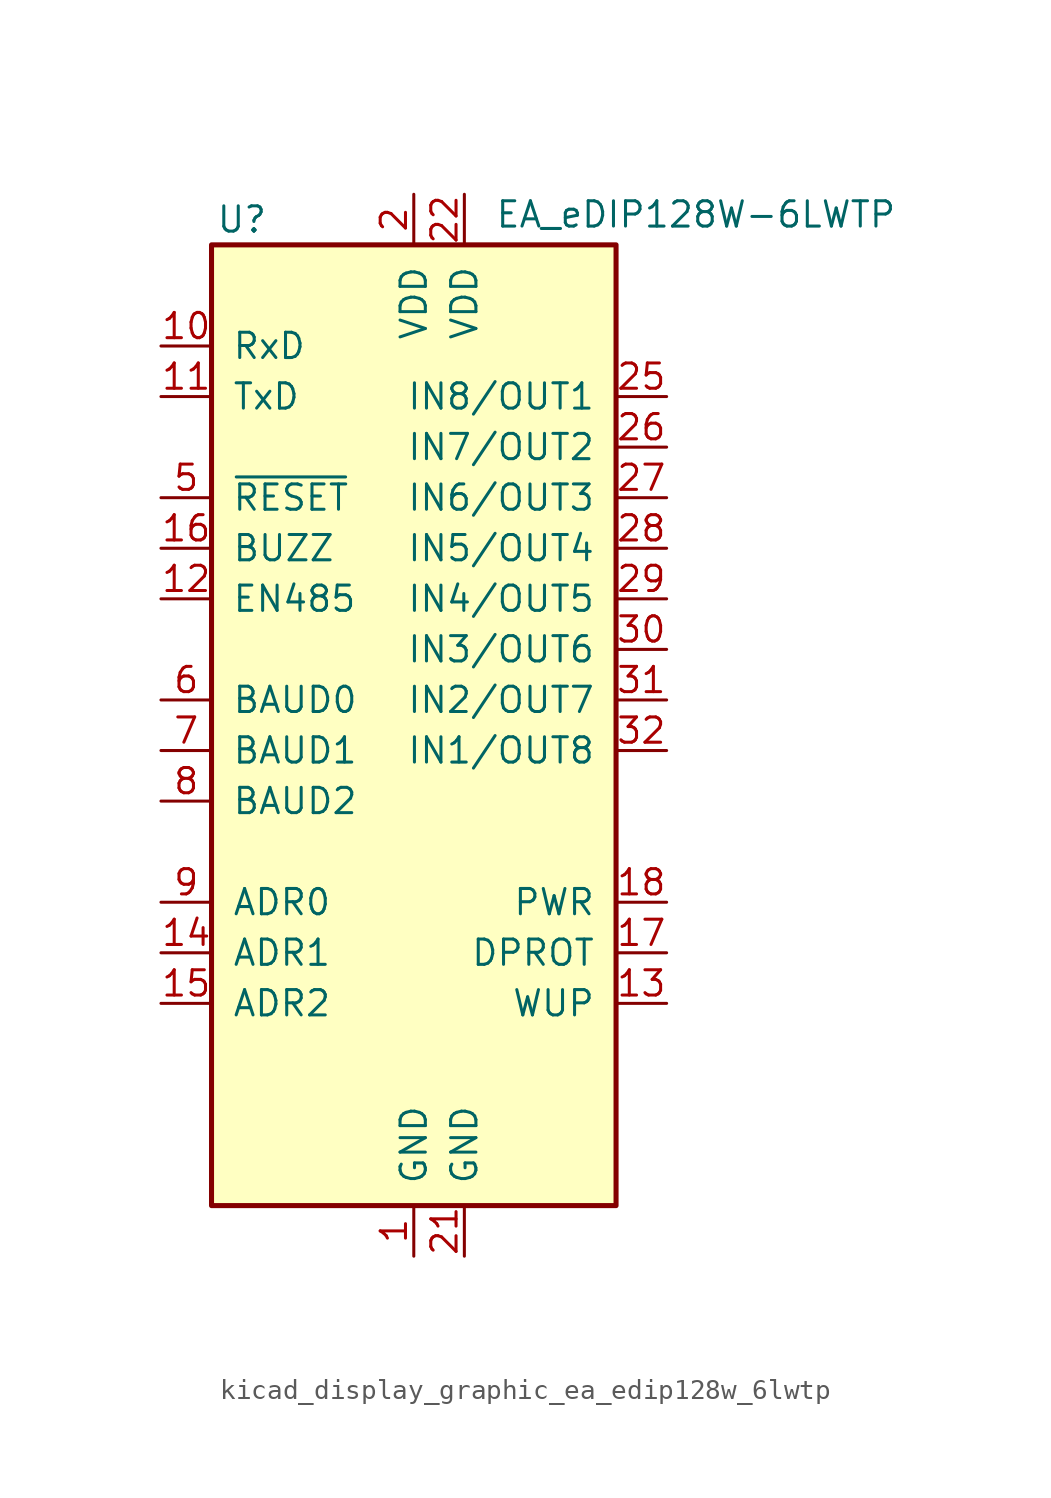
<source format=kicad_sym>
(kicad_symbol_lib
  (version 20220914)
  (generator kicad_symbol_editor)
  (symbol "kicad_display_graphic_ea_edip128w_6lwtp"
    (pin_names
      (offset 1.016))
    (property "Reference" "U"
      (at -8.636 24.13 0)
      (effects (font (size 1.27 1.27))))
    (property "Value" "EA_eDIP128W-6LWTP"
      (at 4.064 24.384 0)
      (effects (font (size 1.27 1.27)) (justify left)))
    (symbol "kicad_display_graphic_ea_edip128w_6lwtp_0_1"
      (rectangle (start -10.16 22.86) (end 10.16 -25.4) (stroke (width 0.254) (type default)) (fill (type background))))
    (symbol "kicad_display_graphic_ea_edip128w_6lwtp_1_1"
      (pin power_in line (at 0 -27.94 90) (length 2.54) (name "GND" (effects (font (size 1.27 1.27)))) (number "1" (effects (font (size 1.27 1.27)))))
      (pin input line (at -12.7 17.78 0) (length 2.54) (name "RxD" (effects (font (size 1.27 1.27)))) (number "10" (effects (font (size 1.27 1.27)))))
      (pin output line (at -12.7 15.24 0) (length 2.54) (name "TxD" (effects (font (size 1.27 1.27)))) (number "11" (effects (font (size 1.27 1.27)))))
      (pin output line (at -12.7 5.08 0) (length 2.54) (name "EN485" (effects (font (size 1.27 1.27)))) (number "12" (effects (font (size 1.27 1.27)))))
      (pin input line (at 12.7 -15.24 180) (length 2.54) (name "WUP" (effects (font (size 1.27 1.27)))) (number "13" (effects (font (size 1.27 1.27)))))
      (pin input line (at -12.7 -12.7 0) (length 2.54) (name "ADR1" (effects (font (size 1.27 1.27)))) (number "14" (effects (font (size 1.27 1.27)))))
      (pin input line (at -12.7 -15.24 0) (length 2.54) (name "ADR2" (effects (font (size 1.27 1.27)))) (number "15" (effects (font (size 1.27 1.27)))))
      (pin output line (at -12.7 7.62 0) (length 2.54) (name "BUZZ" (effects (font (size 1.27 1.27)))) (number "16" (effects (font (size 1.27 1.27)))))
      (pin input line (at 12.7 -12.7 180) (length 2.54) (name "DPROT" (effects (font (size 1.27 1.27)))) (number "17" (effects (font (size 1.27 1.27)))))
      (pin output line (at 12.7 -10.16 180) (length 2.54) (name "PWR" (effects (font (size 1.27 1.27)))) (number "18" (effects (font (size 1.27 1.27)))))
      (pin no_connect line (at -10.16 -22.86 0) (length 2.54) hide (name "NC" (effects (font (size 1.27 1.27)))) (number "19" (effects (font (size 1.27 1.27)))))
      (pin power_in line (at 0 25.4 270) (length 2.54) (name "VDD" (effects (font (size 1.27 1.27)))) (number "2" (effects (font (size 1.27 1.27)))))
      (pin power_in line (at 2.54 -27.94 90) (length 2.54) (name "GND" (effects (font (size 1.27 1.27)))) (number "21" (effects (font (size 1.27 1.27)))))
      (pin power_in line (at 2.54 25.4 270) (length 2.54) (name "VDD" (effects (font (size 1.27 1.27)))) (number "22" (effects (font (size 1.27 1.27)))))
      (pin no_connect line (at 10.16 -17.78 180) (length 2.54) hide (name "NC" (effects (font (size 1.27 1.27)))) (number "23" (effects (font (size 1.27 1.27)))))
      (pin no_connect line (at 10.16 -20.32 180) (length 2.54) hide (name "NC" (effects (font (size 1.27 1.27)))) (number "24" (effects (font (size 1.27 1.27)))))
      (pin bidirectional line (at 12.7 15.24 180) (length 2.54) (name "IN8/OUT1" (effects (font (size 1.27 1.27)))) (number "25" (effects (font (size 1.27 1.27)))))
      (pin bidirectional line (at 12.7 12.7 180) (length 2.54) (name "IN7/OUT2" (effects (font (size 1.27 1.27)))) (number "26" (effects (font (size 1.27 1.27)))))
      (pin bidirectional line (at 12.7 10.16 180) (length 2.54) (name "IN6/OUT3" (effects (font (size 1.27 1.27)))) (number "27" (effects (font (size 1.27 1.27)))))
      (pin bidirectional line (at 12.7 7.62 180) (length 2.54) (name "IN5/OUT4" (effects (font (size 1.27 1.27)))) (number "28" (effects (font (size 1.27 1.27)))))
      (pin bidirectional line (at 12.7 5.08 180) (length 2.54) (name "IN4/OUT5" (effects (font (size 1.27 1.27)))) (number "29" (effects (font (size 1.27 1.27)))))
      (pin no_connect line (at -10.16 -17.78 0) (length 2.54) hide (name "NC" (effects (font (size 1.27 1.27)))) (number "3" (effects (font (size 1.27 1.27)))))
      (pin bidirectional line (at 12.7 2.54 180) (length 2.54) (name "IN3/OUT6" (effects (font (size 1.27 1.27)))) (number "30" (effects (font (size 1.27 1.27)))))
      (pin bidirectional line (at 12.7 0 180) (length 2.54) (name "IN2/OUT7" (effects (font (size 1.27 1.27)))) (number "31" (effects (font (size 1.27 1.27)))))
      (pin bidirectional line (at 12.7 -2.54 180) (length 2.54) (name "IN1/OUT8" (effects (font (size 1.27 1.27)))) (number "32" (effects (font (size 1.27 1.27)))))
      (pin no_connect line (at -10.16 -20.32 0) (length 2.54) hide (name "NC" (effects (font (size 1.27 1.27)))) (number "4" (effects (font (size 1.27 1.27)))))
      (pin input line (at -12.7 10.16 0) (length 2.54) (name "~{RESET}" (effects (font (size 1.27 1.27)))) (number "5" (effects (font (size 1.27 1.27)))))
      (pin input line (at -12.7 0 0) (length 2.54) (name "BAUD0" (effects (font (size 1.27 1.27)))) (number "6" (effects (font (size 1.27 1.27)))))
      (pin input line (at -12.7 -2.54 0) (length 2.54) (name "BAUD1" (effects (font (size 1.27 1.27)))) (number "7" (effects (font (size 1.27 1.27)))))
      (pin input line (at -12.7 -5.08 0) (length 2.54) (name "BAUD2" (effects (font (size 1.27 1.27)))) (number "8" (effects (font (size 1.27 1.27)))))
      (pin input line (at -12.7 -10.16 0) (length 2.54) (name "ADR0" (effects (font (size 1.27 1.27)))) (number "9" (effects (font (size 1.27 1.27))))))))
</source>
